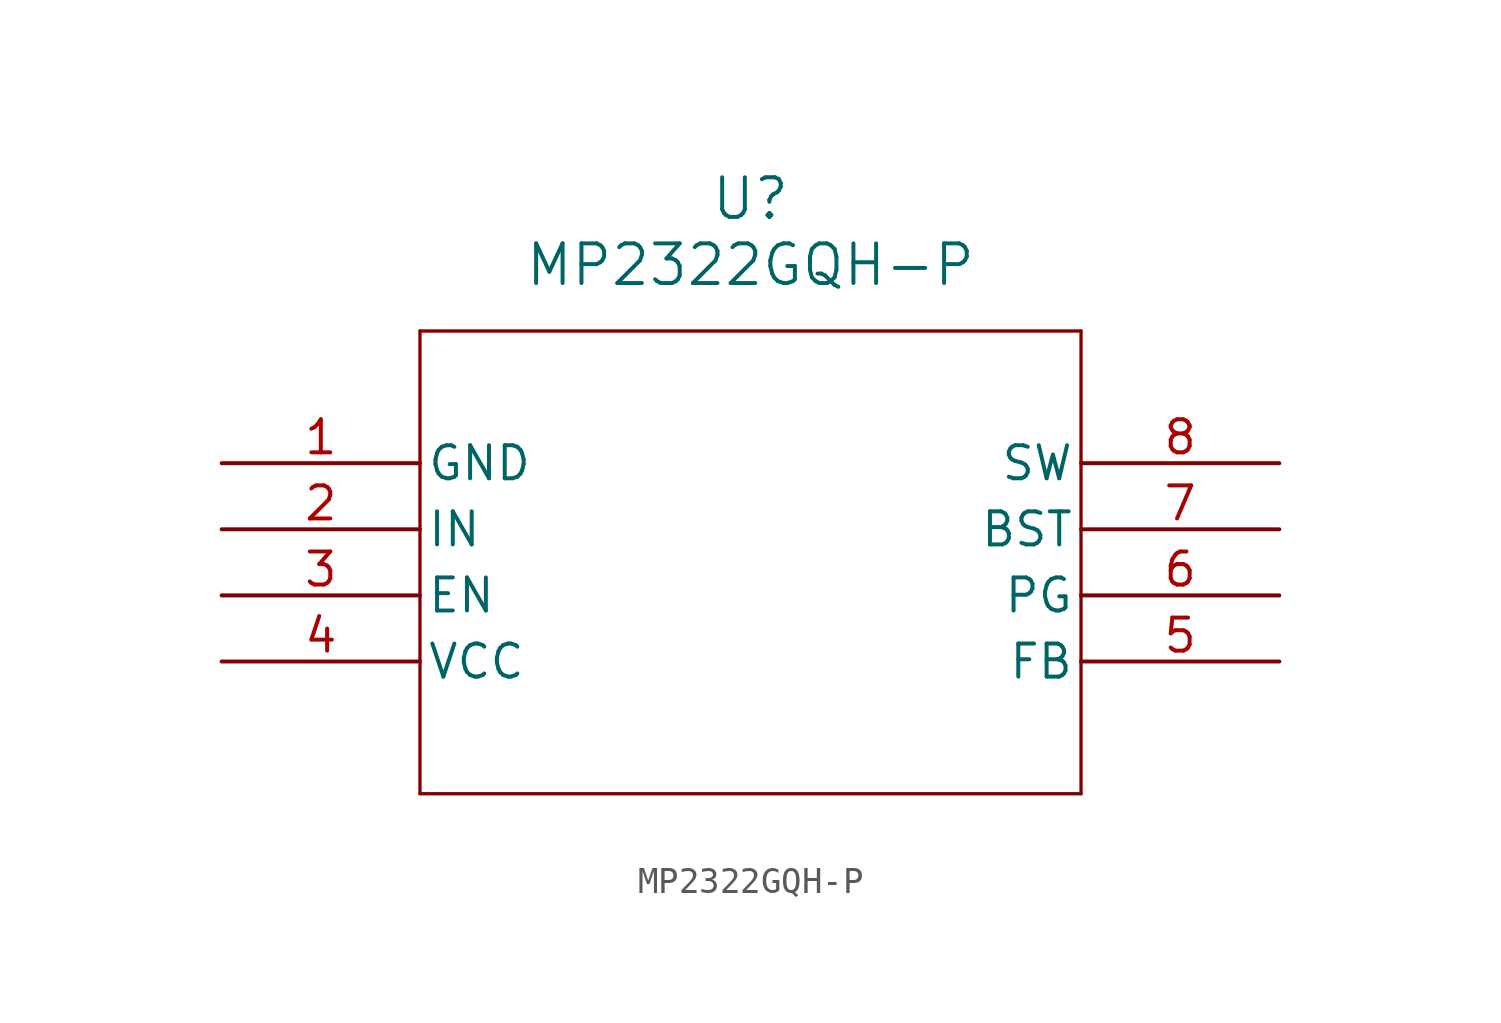
<source format=kicad_sym>
(kicad_symbol_lib
  (version 20211014)
  (generator kicad_symbol_editor)
  (symbol "MP2322GQH-P"
    (pin_names
      (offset 0.254))
    (property "Reference" "U"
      (at 20.32 10.16 0)
      (effects (font (size 1.524 1.524))))
    (property "Value" "MP2322GQH-P"
      (at 20.32 7.62 0)
      (effects (font (size 1.524 1.524))))
    (symbol "MP2322GQH-P_0_1"
      (polyline (pts (xy 7.62 5.08) (xy 7.62 -12.7)) (stroke (width 0.127) (type default) (color 0 0 0 0)) (fill (type none)))
      (polyline (pts (xy 7.62 -12.7) (xy 33.02 -12.7)) (stroke (width 0.127) (type default) (color 0 0 0 0)) (fill (type none)))
      (polyline (pts (xy 33.02 -12.7) (xy 33.02 5.08)) (stroke (width 0.127) (type default) (color 0 0 0 0)) (fill (type none)))
      (polyline (pts (xy 33.02 5.08) (xy 7.62 5.08)) (stroke (width 0.127) (type default) (color 0 0 0 0)) (fill (type none)))
      (pin power_out line (at 0 0 0) (length 7.62) (name "GND" (effects (font (size 1.27 1.27)))) (number "1" (effects (font (size 1.27 1.27)))))
      (pin power_in line (at 0 -2.54 0) (length 7.62) (name "IN" (effects (font (size 1.27 1.27)))) (number "2" (effects (font (size 1.27 1.27)))))
      (pin unspecified line (at 0 -5.08 0) (length 7.62) (name "EN" (effects (font (size 1.27 1.27)))) (number "3" (effects (font (size 1.27 1.27)))))
      (pin output line (at 0 -7.62 0) (length 7.62) (name "VCC" (effects (font (size 1.27 1.27)))) (number "4" (effects (font (size 1.27 1.27)))))
      (pin unspecified line (at 40.64 -7.62 180) (length 7.62) (name "FB" (effects (font (size 1.27 1.27)))) (number "5" (effects (font (size 1.27 1.27)))))
      (pin output line (at 40.64 -5.08 180) (length 7.62) (name "PG" (effects (font (size 1.27 1.27)))) (number "6" (effects (font (size 1.27 1.27)))))
      (pin unspecified line (at 40.64 -2.54 180) (length 7.62) (name "BST" (effects (font (size 1.27 1.27)))) (number "7" (effects (font (size 1.27 1.27)))))
      (pin output line (at 40.64 0 180) (length 7.62) (name "SW" (effects (font (size 1.27 1.27)))) (number "8" (effects (font (size 1.27 1.27))))))))
</source>
